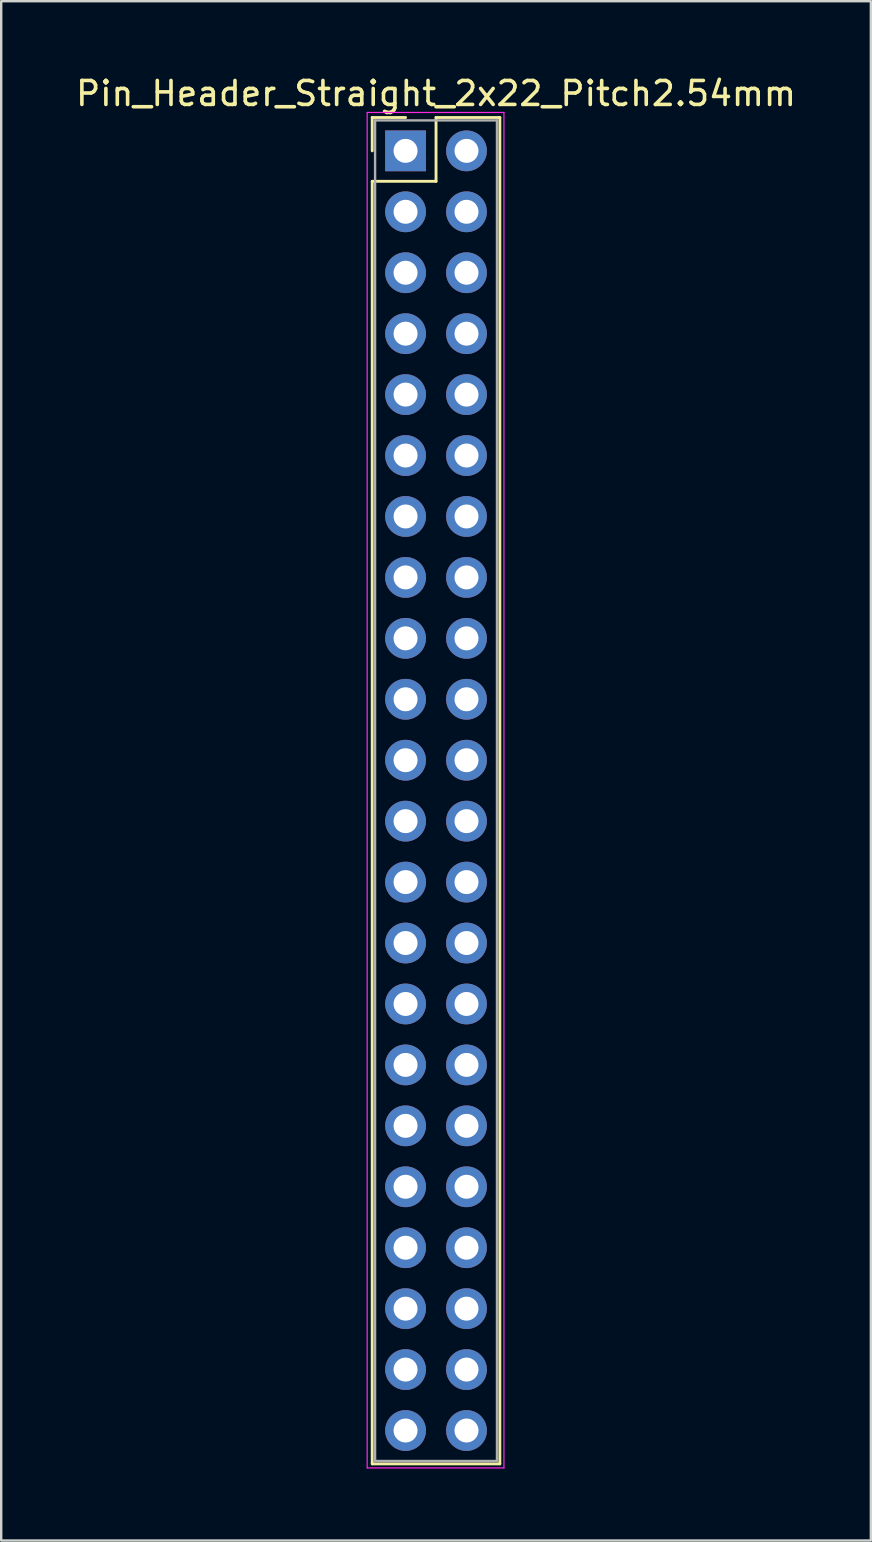
<source format=kicad_pcb>
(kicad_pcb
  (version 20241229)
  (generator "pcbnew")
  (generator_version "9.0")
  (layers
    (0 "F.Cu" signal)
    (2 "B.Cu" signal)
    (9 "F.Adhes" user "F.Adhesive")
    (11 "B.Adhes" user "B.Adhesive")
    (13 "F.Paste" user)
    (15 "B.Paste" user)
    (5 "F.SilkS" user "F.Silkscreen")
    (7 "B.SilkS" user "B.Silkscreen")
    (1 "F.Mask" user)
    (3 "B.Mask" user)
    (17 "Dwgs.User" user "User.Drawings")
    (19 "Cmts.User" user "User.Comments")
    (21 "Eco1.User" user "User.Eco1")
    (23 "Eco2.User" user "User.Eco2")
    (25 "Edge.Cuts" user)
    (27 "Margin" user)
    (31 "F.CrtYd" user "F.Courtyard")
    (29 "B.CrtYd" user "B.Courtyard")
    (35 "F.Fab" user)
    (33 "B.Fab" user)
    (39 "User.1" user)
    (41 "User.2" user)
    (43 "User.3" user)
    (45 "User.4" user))
  (footprint "Pin_Header_Straight_2x22_Pitch2.54mm"
    (layer "F.Cu")
    (at 13.855 3.238)
    (property "Reference" "Pin_Header_Straight_2x22_Pitch2.54mm" (at 1.27 -2.39 0) (layer "F.SilkS") (effects (font (size 1 1) (thickness 0.15))))
    (attr through_hole)
    (fp_line (start -1.39 -1.39) (end 0 -1.39) (stroke (width 0.12) (type solid)) (layer "F.SilkS"))
    (fp_line (start -1.39 0) (end -1.39 -1.39) (stroke (width 0.12) (type solid)) (layer "F.SilkS"))
    (fp_line (start -1.39 1.27) (end -1.39 54.73) (stroke (width 0.12) (type solid)) (layer "F.SilkS"))
    (fp_line (start -1.39 54.73) (end 3.93 54.73) (stroke (width 0.12) (type solid)) (layer "F.SilkS"))
    (fp_line (start 1.27 -1.39) (end 1.27 1.27) (stroke (width 0.12) (type solid)) (layer "F.SilkS"))
    (fp_line (start 1.27 1.27) (end -1.39 1.27) (stroke (width 0.12) (type solid)) (layer "F.SilkS"))
    (fp_line (start 3.93 -1.39) (end 1.27 -1.39) (stroke (width 0.12) (type solid)) (layer "F.SilkS"))
    (fp_line (start 3.93 54.73) (end 3.93 -1.39) (stroke (width 0.12) (type solid)) (layer "F.SilkS"))
    (fp_line (start -1.6 -1.6) (end -1.6 54.9) (stroke (width 0.05) (type solid)) (layer "F.CrtYd"))
    (fp_line (start -1.6 54.9) (end 4.1 54.9) (stroke (width 0.05) (type solid)) (layer "F.CrtYd"))
    (fp_line (start 4.1 -1.6) (end -1.6 -1.6) (stroke (width 0.05) (type solid)) (layer "F.CrtYd"))
    (fp_line (start 4.1 54.9) (end 4.1 -1.6) (stroke (width 0.05) (type solid)) (layer "F.CrtYd"))
    (fp_line (start -1.27 -1.27) (end -1.27 54.61) (stroke (width 0.1) (type solid)) (layer "F.Fab"))
    (fp_line (start -1.27 54.61) (end 3.81 54.61) (stroke (width 0.1) (type solid)) (layer "F.Fab"))
    (fp_line (start 3.81 -1.27) (end -1.27 -1.27) (stroke (width 0.1) (type solid)) (layer "F.Fab"))
    (fp_line (start 3.81 54.61) (end 3.81 -1.27) (stroke (width 0.1) (type solid)) (layer "F.Fab"))
    (pad "1" thru_hole rect (at 0 0) (size 1.7 1.7) (drill 1) (layers "*.Cu" "*.Mask"))
    (pad "2" thru_hole oval (at 2.54 0) (size 1.7 1.7) (drill 1) (layers "*.Cu" "*.Mask"))
    (pad "3" thru_hole oval (at 0 2.54) (size 1.7 1.7) (drill 1) (layers "*.Cu" "*.Mask"))
    (pad "4" thru_hole oval (at 2.54 2.54) (size 1.7 1.7) (drill 1) (layers "*.Cu" "*.Mask"))
    (pad "5" thru_hole oval (at 0 5.08) (size 1.7 1.7) (drill 1) (layers "*.Cu" "*.Mask"))
    (pad "6" thru_hole oval (at 2.54 5.08) (size 1.7 1.7) (drill 1) (layers "*.Cu" "*.Mask"))
    (pad "7" thru_hole oval (at 0 7.62) (size 1.7 1.7) (drill 1) (layers "*.Cu" "*.Mask"))
    (pad "8" thru_hole oval (at 2.54 7.62) (size 1.7 1.7) (drill 1) (layers "*.Cu" "*.Mask"))
    (pad "9" thru_hole oval (at 0 10.16) (size 1.7 1.7) (drill 1) (layers "*.Cu" "*.Mask"))
    (pad "10" thru_hole oval (at 2.54 10.16) (size 1.7 1.7) (drill 1) (layers "*.Cu" "*.Mask"))
    (pad "11" thru_hole oval (at 0 12.7) (size 1.7 1.7) (drill 1) (layers "*.Cu" "*.Mask"))
    (pad "12" thru_hole oval (at 2.54 12.7) (size 1.7 1.7) (drill 1) (layers "*.Cu" "*.Mask"))
    (pad "13" thru_hole oval (at 0 15.24) (size 1.7 1.7) (drill 1) (layers "*.Cu" "*.Mask"))
    (pad "14" thru_hole oval (at 2.54 15.24) (size 1.7 1.7) (drill 1) (layers "*.Cu" "*.Mask"))
    (pad "15" thru_hole oval (at 0 17.78) (size 1.7 1.7) (drill 1) (layers "*.Cu" "*.Mask"))
    (pad "16" thru_hole oval (at 2.54 17.78) (size 1.7 1.7) (drill 1) (layers "*.Cu" "*.Mask"))
    (pad "17" thru_hole oval (at 0 20.32) (size 1.7 1.7) (drill 1) (layers "*.Cu" "*.Mask"))
    (pad "18" thru_hole oval (at 2.54 20.32) (size 1.7 1.7) (drill 1) (layers "*.Cu" "*.Mask"))
    (pad "19" thru_hole oval (at 0 22.86) (size 1.7 1.7) (drill 1) (layers "*.Cu" "*.Mask"))
    (pad "20" thru_hole oval (at 2.54 22.86) (size 1.7 1.7) (drill 1) (layers "*.Cu" "*.Mask"))
    (pad "21" thru_hole oval (at 0 25.4) (size 1.7 1.7) (drill 1) (layers "*.Cu" "*.Mask"))
    (pad "22" thru_hole oval (at 2.54 25.4) (size 1.7 1.7) (drill 1) (layers "*.Cu" "*.Mask"))
    (pad "23" thru_hole oval (at 0 27.94) (size 1.7 1.7) (drill 1) (layers "*.Cu" "*.Mask"))
    (pad "24" thru_hole oval (at 2.54 27.94) (size 1.7 1.7) (drill 1) (layers "*.Cu" "*.Mask"))
    (pad "25" thru_hole oval (at 0 30.48) (size 1.7 1.7) (drill 1) (layers "*.Cu" "*.Mask"))
    (pad "26" thru_hole oval (at 2.54 30.48) (size 1.7 1.7) (drill 1) (layers "*.Cu" "*.Mask"))
    (pad "27" thru_hole oval (at 0 33.02) (size 1.7 1.7) (drill 1) (layers "*.Cu" "*.Mask"))
    (pad "28" thru_hole oval (at 2.54 33.02) (size 1.7 1.7) (drill 1) (layers "*.Cu" "*.Mask"))
    (pad "29" thru_hole oval (at 0 35.56) (size 1.7 1.7) (drill 1) (layers "*.Cu" "*.Mask"))
    (pad "30" thru_hole oval (at 2.54 35.56) (size 1.7 1.7) (drill 1) (layers "*.Cu" "*.Mask"))
    (pad "31" thru_hole oval (at 0 38.1) (size 1.7 1.7) (drill 1) (layers "*.Cu" "*.Mask"))
    (pad "32" thru_hole oval (at 2.54 38.1) (size 1.7 1.7) (drill 1) (layers "*.Cu" "*.Mask"))
    (pad "33" thru_hole oval (at 0 40.64) (size 1.7 1.7) (drill 1) (layers "*.Cu" "*.Mask"))
    (pad "34" thru_hole oval (at 2.54 40.64) (size 1.7 1.7) (drill 1) (layers "*.Cu" "*.Mask"))
    (pad "35" thru_hole oval (at 0 43.18) (size 1.7 1.7) (drill 1) (layers "*.Cu" "*.Mask"))
    (pad "36" thru_hole oval (at 2.54 43.18) (size 1.7 1.7) (drill 1) (layers "*.Cu" "*.Mask"))
    (pad "37" thru_hole oval (at 0 45.72) (size 1.7 1.7) (drill 1) (layers "*.Cu" "*.Mask"))
    (pad "38" thru_hole oval (at 2.54 45.72) (size 1.7 1.7) (drill 1) (layers "*.Cu" "*.Mask"))
    (pad "39" thru_hole oval (at 0 48.26) (size 1.7 1.7) (drill 1) (layers "*.Cu" "*.Mask"))
    (pad "40" thru_hole oval (at 2.54 48.26) (size 1.7 1.7) (drill 1) (layers "*.Cu" "*.Mask"))
    (pad "41" thru_hole oval (at 0 50.8) (size 1.7 1.7) (drill 1) (layers "*.Cu" "*.Mask"))
    (pad "42" thru_hole oval (at 2.54 50.8) (size 1.7 1.7) (drill 1) (layers "*.Cu" "*.Mask"))
    (pad "43" thru_hole oval (at 0 53.34) (size 1.7 1.7) (drill 1) (layers "*.Cu" "*.Mask"))
    (pad "44" thru_hole oval (at 2.54 53.34) (size 1.7 1.7) (drill 1) (layers "*.Cu" "*.Mask")))
  (gr_rect
    (start -3 -3)
    (end 33.25 61.163)
    (stroke (width 0.1) (type default))
    (fill no)
    (layer "Edge.Cuts")))
</source>
